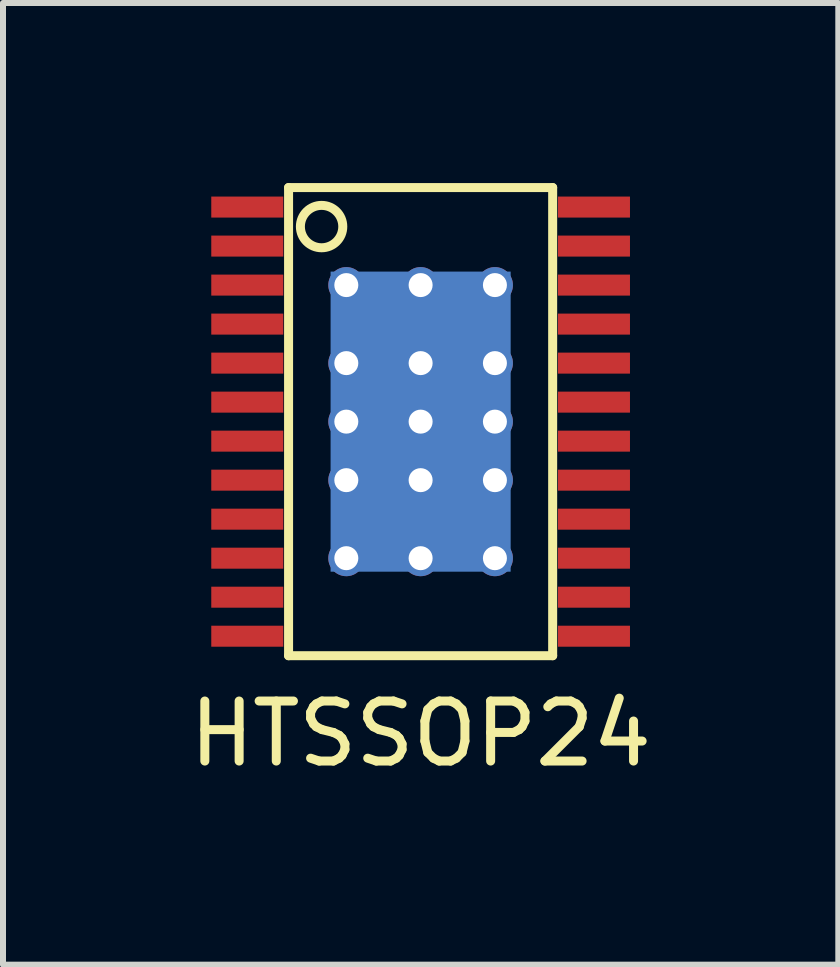
<source format=kicad_pcb>
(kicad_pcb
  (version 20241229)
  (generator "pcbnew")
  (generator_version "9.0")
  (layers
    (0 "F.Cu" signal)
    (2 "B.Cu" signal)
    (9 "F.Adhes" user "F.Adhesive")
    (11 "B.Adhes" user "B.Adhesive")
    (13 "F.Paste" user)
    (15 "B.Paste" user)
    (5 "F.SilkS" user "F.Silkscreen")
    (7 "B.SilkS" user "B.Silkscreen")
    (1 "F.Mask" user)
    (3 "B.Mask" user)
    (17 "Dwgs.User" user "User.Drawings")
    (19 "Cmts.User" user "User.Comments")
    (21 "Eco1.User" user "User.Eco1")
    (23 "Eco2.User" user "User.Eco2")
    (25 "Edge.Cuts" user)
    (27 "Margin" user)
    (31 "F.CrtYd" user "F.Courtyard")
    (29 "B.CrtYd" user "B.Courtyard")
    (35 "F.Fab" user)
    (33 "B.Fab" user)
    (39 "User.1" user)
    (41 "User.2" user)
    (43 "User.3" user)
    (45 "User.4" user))
  (footprint "HTSSOP24"
    (layer "F.Cu")
    (at 3.958 3.975)
    (property "Reference" "HTSSOP24" (at 0 5.2 0) (layer "F.SilkS") (effects (font (size 1 1) (thickness 0.15))))
    (attr through_hole)
    (fp_line (start -2.2 -3.9) (end 2.2 -3.9) (stroke (width 0.15) (type solid)) (layer "F.SilkS"))
    (fp_line (start -2.2 3.9) (end -2.2 -3.9) (stroke (width 0.15) (type solid)) (layer "F.SilkS"))
    (fp_line (start 2.2 -3.9) (end 2.2 3.9) (stroke (width 0.15) (type solid)) (layer "F.SilkS"))
    (fp_line (start 2.2 3.9) (end -2.2 3.9) (stroke (width 0.15) (type solid)) (layer "F.SilkS"))
    (fp_circle (center -1.65 -3.25) (end -1.512 -2.925) (stroke (width 0.15) (type solid)) (fill no) (layer "F.SilkS"))
    (pad "1" smd rect (at -2.888 -3.575) (size 1.2 0.35) (layers "F.Cu" "F.Mask" "F.Paste"))
    (pad "2" smd rect (at -2.888 -2.925) (size 1.2 0.35) (layers "F.Cu" "F.Mask" "F.Paste"))
    (pad "3" smd rect (at -2.888 -2.275) (size 1.2 0.35) (layers "F.Cu" "F.Mask" "F.Paste"))
    (pad "4" smd rect (at -2.888 -1.625) (size 1.2 0.35) (layers "F.Cu" "F.Mask" "F.Paste"))
    (pad "5" smd rect (at -2.888 -0.975) (size 1.2 0.35) (layers "F.Cu" "F.Mask" "F.Paste"))
    (pad "6" smd rect (at -2.888 -0.325) (size 1.2 0.35) (layers "F.Cu" "F.Mask" "F.Paste"))
    (pad "7" smd rect (at -2.888 0.325) (size 1.2 0.35) (layers "F.Cu" "F.Mask" "F.Paste"))
    (pad "8" smd rect (at -2.888 0.975) (size 1.2 0.35) (layers "F.Cu" "F.Mask" "F.Paste"))
    (pad "9" smd rect (at -2.888 1.625) (size 1.2 0.35) (layers "F.Cu" "F.Mask" "F.Paste"))
    (pad "10" smd rect (at -2.888 2.275) (size 1.2 0.35) (layers "F.Cu" "F.Mask" "F.Paste"))
    (pad "11" smd rect (at -2.888 2.925) (size 1.2 0.35) (layers "F.Cu" "F.Mask" "F.Paste"))
    (pad "12" smd rect (at -2.888 3.575) (size 1.2 0.35) (layers "F.Cu" "F.Mask" "F.Paste"))
    (pad "13" smd rect (at 2.888 3.575) (size 1.2 0.35) (layers "F.Cu" "F.Mask" "F.Paste"))
    (pad "14" smd rect (at 2.888 2.925) (size 1.2 0.35) (layers "F.Cu" "F.Mask" "F.Paste"))
    (pad "15" smd rect (at 2.888 2.275) (size 1.2 0.35) (layers "F.Cu" "F.Mask" "F.Paste"))
    (pad "16" smd rect (at 2.888 1.625) (size 1.2 0.35) (layers "F.Cu" "F.Mask" "F.Paste"))
    (pad "17" smd rect (at 2.888 0.975) (size 1.2 0.35) (layers "F.Cu" "F.Mask" "F.Paste"))
    (pad "18" smd rect (at 2.888 0.325) (size 1.2 0.35) (layers "F.Cu" "F.Mask" "F.Paste"))
    (pad "19" smd rect (at 2.888 -0.325) (size 1.2 0.35) (layers "F.Cu" "F.Mask" "F.Paste"))
    (pad "20" smd rect (at 2.888 -0.975) (size 1.2 0.35) (layers "F.Cu" "F.Mask" "F.Paste"))
    (pad "21" smd rect (at 2.888 -1.625) (size 1.2 0.35) (layers "F.Cu" "F.Mask" "F.Paste"))
    (pad "22" smd rect (at 2.888 -2.275) (size 1.2 0.35) (layers "F.Cu" "F.Mask" "F.Paste"))
    (pad "23" smd rect (at 2.888 -2.925) (size 1.2 0.35) (layers "F.Cu" "F.Mask" "F.Paste"))
    (pad "24" smd rect (at 2.888 -3.575) (size 1.2 0.35) (layers "F.Cu" "F.Mask" "F.Paste"))
    (pad "25" thru_hole circle (at -1.238 -2.275) (size 0.6 0.6) (drill 0.4) (layers "*.Cu" "*.Mask"))
    (pad "25" thru_hole circle (at -1.238 -0.975) (size 0.6 0.6) (drill 0.4) (layers "*.Cu" "*.Mask"))
    (pad "25" thru_hole circle (at -1.238 0) (size 0.6 0.6) (drill 0.4) (layers "*.Cu" "*.Mask"))
    (pad "25" thru_hole circle (at -1.238 0.975) (size 0.6 0.6) (drill 0.4) (layers "*.Cu" "*.Mask"))
    (pad "25" thru_hole circle (at -1.238 2.275) (size 0.6 0.6) (drill 0.4) (layers "*.Cu" "*.Mask"))
    (pad "25" thru_hole circle (at 0 -2.275) (size 0.6 0.6) (drill 0.4) (layers "*.Cu" "*.Mask"))
    (pad "25" thru_hole circle (at 0 -0.975) (size 0.6 0.6) (drill 0.4) (layers "*.Cu" "*.Mask"))
    (pad "25" thru_hole circle (at 0 0) (size 0.6 0.6) (drill 0.4) (layers "*.Cu" "*.Mask"))
    (pad "25" smd rect (at 0 0) (size 3 5) (layers "F.Mask" "B.Cu" "F.Paste"))
    (pad "25" thru_hole circle (at 0 0.975) (size 0.6 0.6) (drill 0.4) (layers "*.Cu" "*.Mask"))
    (pad "25" thru_hole circle (at 0 2.275) (size 0.6 0.6) (drill 0.4) (layers "*.Cu" "*.Mask"))
    (pad "25" thru_hole circle (at 1.238 -2.275) (size 0.6 0.6) (drill 0.4) (layers "*.Cu" "*.Mask"))
    (pad "25" thru_hole circle (at 1.238 -0.975) (size 0.6 0.6) (drill 0.4) (layers "*.Cu" "*.Mask"))
    (pad "25" thru_hole circle (at 1.238 0) (size 0.6 0.6) (drill 0.4) (layers "*.Cu" "*.Mask"))
    (pad "25" thru_hole circle (at 1.238 0.975) (size 0.6 0.6) (drill 0.4) (layers "*.Cu" "*.Mask"))
    (pad "25" thru_hole circle (at 1.238 2.275) (size 0.6 0.6) (drill 0.4) (layers "*.Cu" "*.Mask")))
  (gr_rect
    (start -3 -3)
    (end 10.917 13.023)
    (stroke (width 0.1) (type default))
    (fill no)
    (layer "Edge.Cuts")))
</source>
